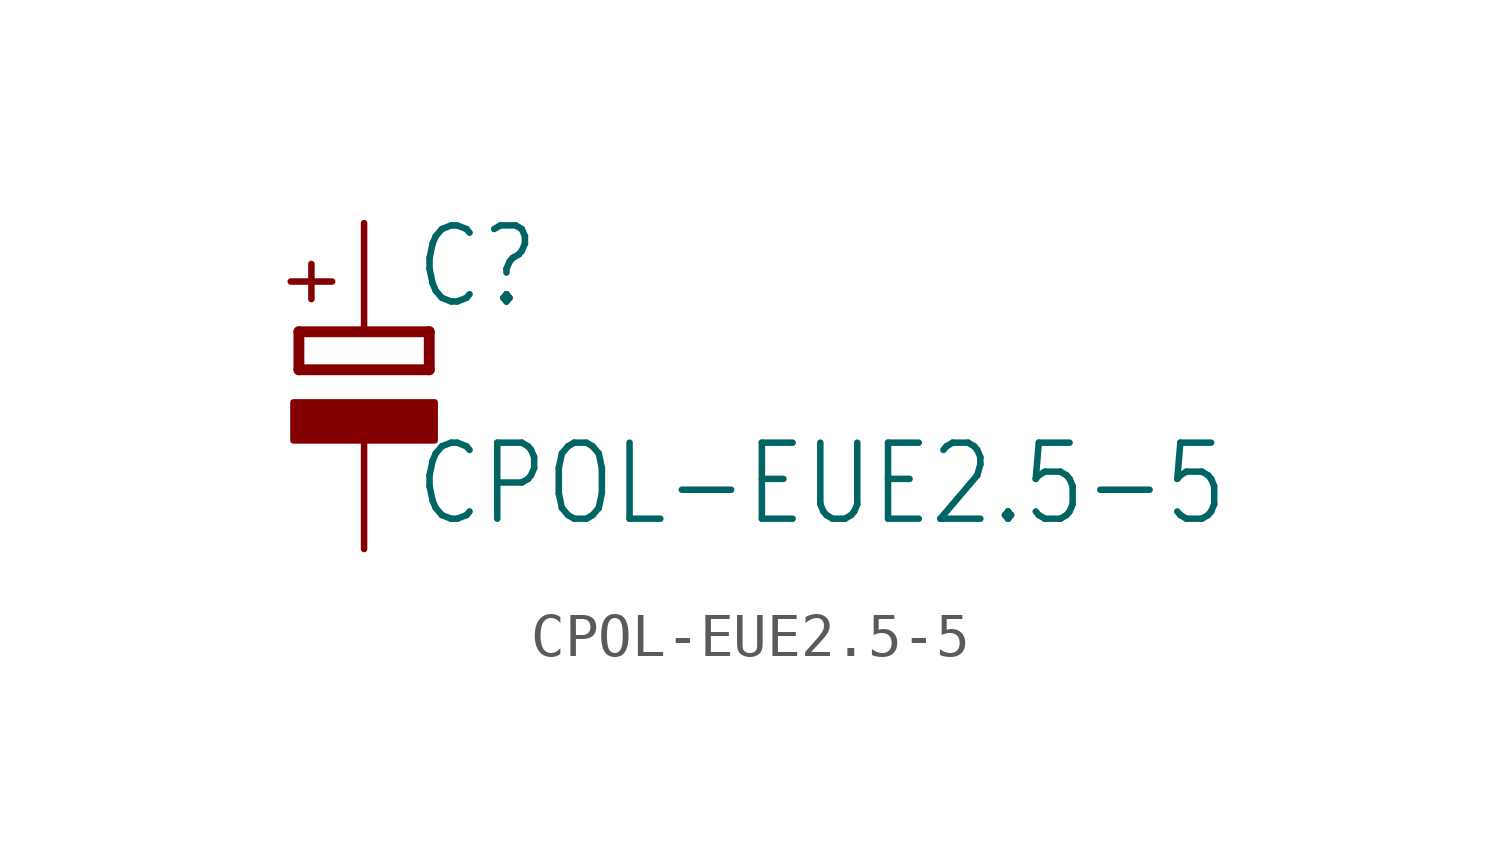
<source format=kicad_sym>
(kicad_symbol_lib
  (version 20220331)
  (generator kicad_symbol_editor)
  (symbol "CPOL-EUE2.5-5"
    (property "Reference" "C"
      (at 1.143 0.483 0)
      (effects (font (size 1.778 1.511)) (justify left bottom)))
    (property "Value" "CPOL-EUE2.5-5"
      (at 1.143 -4.597 0)
      (effects (font (size 1.778 1.511)) (justify left bottom)))
    (property "ki_locked" ""
      (at 0 0 0)
      (effects (font (size 1.27 1.27))))
    (symbol "CPOL-EUE2.5-5_1_0"
      (rectangle (start -1.651 -2.54) (end 1.651 -1.651) (stroke (width 0) (type default)) (fill (type outline)))
      (polyline (pts (xy -1.524 -0.889) (xy 1.524 -0.889)) (stroke (width 0.254) (type solid)) (fill (type none)))
      (polyline (pts (xy -1.524 0) (xy -1.524 -0.889)) (stroke (width 0.254) (type solid)) (fill (type none)))
      (polyline (pts (xy -1.524 0) (xy 1.524 0)) (stroke (width 0.254) (type solid)) (fill (type none)))
      (polyline (pts (xy 1.524 -0.889) (xy 1.524 0)) (stroke (width 0.254) (type solid)) (fill (type none)))
      (text "+" (at -0.584 0.406 900) (effects (font (size 1.27 1.079)) (justify left bottom)))
      (pin passive line (at 0 2.54 270) (length 2.54) (name "+" (effects (font (size 0 0)))) (number "+" (effects (font (size 0 0)))))
      (pin passive line (at 0 -5.08 90) (length 2.54) (name "-" (effects (font (size 0 0)))) (number "-" (effects (font (size 0 0))))))))
</source>
